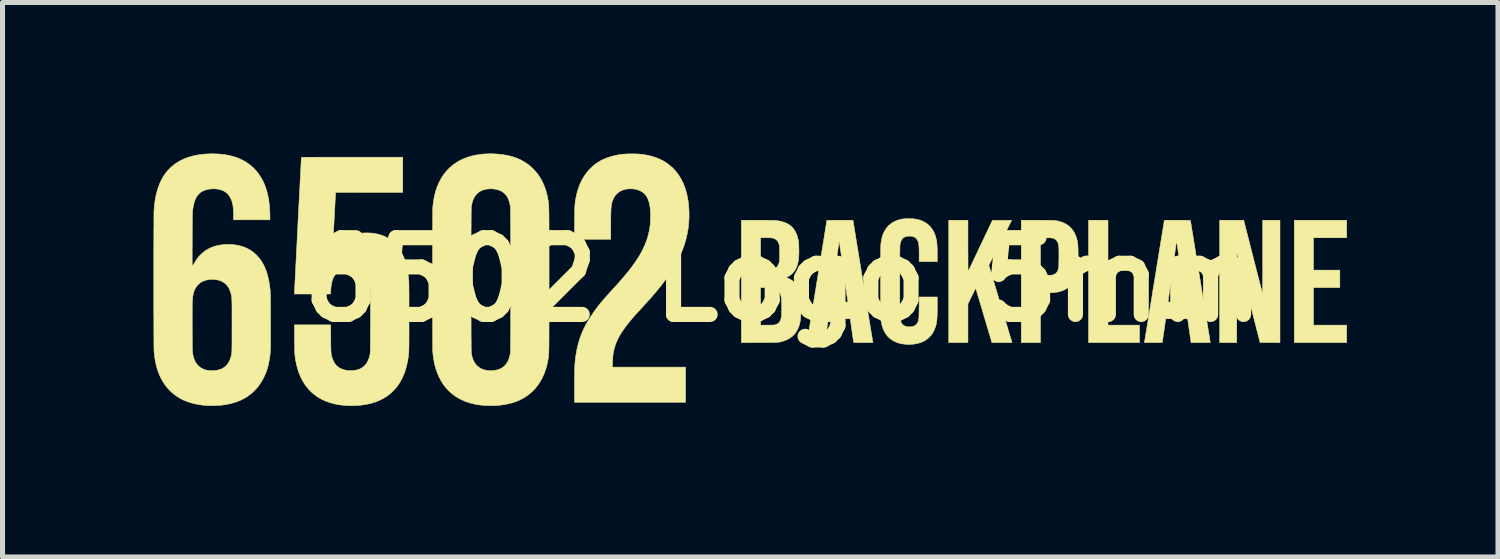
<source format=kicad_pcb>
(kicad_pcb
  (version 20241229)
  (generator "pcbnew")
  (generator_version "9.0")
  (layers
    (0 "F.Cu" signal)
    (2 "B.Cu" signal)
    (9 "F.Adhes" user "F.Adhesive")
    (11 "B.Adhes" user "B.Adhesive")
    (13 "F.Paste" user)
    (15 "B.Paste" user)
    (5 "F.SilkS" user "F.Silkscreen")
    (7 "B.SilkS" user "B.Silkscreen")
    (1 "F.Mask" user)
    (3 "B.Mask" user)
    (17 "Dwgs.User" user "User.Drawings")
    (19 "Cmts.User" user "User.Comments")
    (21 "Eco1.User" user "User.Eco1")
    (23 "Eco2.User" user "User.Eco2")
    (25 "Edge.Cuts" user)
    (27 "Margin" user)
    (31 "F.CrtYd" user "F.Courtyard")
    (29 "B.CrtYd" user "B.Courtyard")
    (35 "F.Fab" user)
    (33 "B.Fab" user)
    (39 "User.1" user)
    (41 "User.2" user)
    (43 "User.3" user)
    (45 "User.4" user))
  (footprint "6502 Logo 5mm"
    (layer "F.Cu")
    (at 12.506 2.506)
    (property "Reference" "6502 Logo 5mm" (at 0 0 0) (layer "F.SilkS") (effects (font (size 1.524 1.524) (thickness 0.3))))
    (attr through_hole)
    (fp_poly (pts (xy 6.452 0.902) (xy 7.078 0.902) (xy 7.078 1.249) (xy 6.066 1.249) (xy 6.066 -1.181) (xy 6.452 -1.181) (xy 6.452 0.902)) (stroke (width 0.01) (type solid)) (fill yes) (layer "F.SilkS"))
    (fp_poly (pts (xy 11.193 -0.834) (xy 10.533 -0.834) (xy 10.533 -0.191) (xy 11.057 -0.191) (xy 11.057 0.157) (xy 10.533 0.157) (xy 10.533 0.902) (xy 11.193 0.902) (xy 11.193 1.249) (xy 10.152 1.249) (xy 10.152 -1.181) (xy 11.193 -1.181) (xy 11.193 -0.834)) (stroke (width 0.01) (type solid)) (fill yes) (layer "F.SilkS"))
    (fp_poly (pts (xy 3.67 -0.67) (xy 3.67 -0.59) (xy 3.671 -0.518) (xy 3.671 -0.454) (xy 3.671 -0.397) (xy 3.671 -0.348) (xy 3.671 -0.305) (xy 3.672 -0.269) (xy 3.672 -0.239) (xy 3.672 -0.214) (xy 3.673 -0.195) (xy 3.673 -0.182) (xy 3.674 -0.172) (xy 3.675 -0.168) (xy 3.676 -0.167) (xy 3.676 -0.167) (xy 3.678 -0.172) (xy 3.684 -0.184) (xy 3.693 -0.203) (xy 3.705 -0.228) (xy 3.719 -0.259) (xy 3.737 -0.295) (xy 3.756 -0.336) (xy 3.778 -0.381) (xy 3.801 -0.431) (xy 3.827 -0.484) (xy 3.853 -0.54) (xy 3.881 -0.599) (xy 3.91 -0.66) (xy 3.918 -0.677) (xy 4.156 -1.179) (xy 4.348 -1.18) (xy 4.387 -1.18) (xy 4.423 -1.18) (xy 4.456 -1.18) (xy 4.485 -1.18) (xy 4.508 -1.179) (xy 4.525 -1.179) (xy 4.535 -1.178) (xy 4.537 -1.178) (xy 4.535 -1.173) (xy 4.53 -1.162) (xy 4.521 -1.144) (xy 4.508 -1.12) (xy 4.493 -1.091) (xy 4.476 -1.056) (xy 4.456 -1.016) (xy 4.433 -0.973) (xy 4.409 -0.925) (xy 4.383 -0.874) (xy 4.356 -0.821) (xy 4.327 -0.764) (xy 4.31 -0.731) (xy 4.085 -0.288) (xy 4.312 0.469) (xy 4.335 0.547) (xy 4.358 0.622) (xy 4.38 0.696) (xy 4.401 0.766) (xy 4.421 0.833) (xy 4.44 0.897) (xy 4.458 0.956) (xy 4.474 1.011) (xy 4.489 1.061) (xy 4.502 1.105) (xy 4.514 1.144) (xy 4.524 1.176) (xy 4.532 1.202) (xy 4.538 1.222) (xy 4.541 1.233) (xy 4.542 1.237) (xy 4.546 1.249) (xy 4.147 1.249) (xy 3.994 0.738) (xy 3.975 0.673) (xy 3.957 0.611) (xy 3.939 0.551) (xy 3.922 0.494) (xy 3.906 0.44) (xy 3.891 0.39) (xy 3.877 0.345) (xy 3.865 0.305) (xy 3.855 0.27) (xy 3.846 0.241) (xy 3.84 0.219) (xy 3.835 0.204) (xy 3.833 0.197) (xy 3.824 0.167) (xy 3.67 0.48) (xy 3.67 1.249) (xy 3.289 1.249) (xy 3.289 -1.181) (xy 3.67 -1.181) (xy 3.67 -0.67)) (stroke (width 0.01) (type solid)) (fill yes) (layer "F.SilkS"))
    (fp_poly (pts (xy 9.152 -1.165) (xy 9.154 -1.159) (xy 9.157 -1.146) (xy 9.162 -1.125) (xy 9.169 -1.097) (xy 9.178 -1.063) (xy 9.188 -1.023) (xy 9.2 -0.977) (xy 9.213 -0.926) (xy 9.227 -0.87) (xy 9.243 -0.81) (xy 9.259 -0.745) (xy 9.276 -0.678) (xy 9.294 -0.607) (xy 9.313 -0.534) (xy 9.332 -0.458) (xy 9.337 -0.44) (xy 9.356 -0.365) (xy 9.375 -0.291) (xy 9.393 -0.22) (xy 9.41 -0.152) (xy 9.427 -0.088) (xy 9.442 -0.028) (xy 9.457 0.029) (xy 9.47 0.08) (xy 9.482 0.126) (xy 9.493 0.167) (xy 9.502 0.202) (xy 9.509 0.23) (xy 9.515 0.252) (xy 9.519 0.266) (xy 9.521 0.272) (xy 9.521 0.273) (xy 9.522 0.269) (xy 9.522 0.257) (xy 9.522 0.238) (xy 9.523 0.211) (xy 9.523 0.176) (xy 9.524 0.135) (xy 9.524 0.088) (xy 9.524 0.034) (xy 9.524 -0.025) (xy 9.525 -0.09) (xy 9.525 -0.16) (xy 9.525 -0.235) (xy 9.525 -0.314) (xy 9.525 -0.397) (xy 9.525 -0.452) (xy 9.525 -1.181) (xy 9.868 -1.181) (xy 9.868 1.249) (xy 9.67 1.248) (xy 9.473 1.247) (xy 9.282 0.506) (xy 9.261 0.426) (xy 9.241 0.347) (xy 9.221 0.269) (xy 9.201 0.193) (xy 9.182 0.12) (xy 9.164 0.049) (xy 9.146 -0.019) (xy 9.13 -0.082) (xy 9.115 -0.142) (xy 9.101 -0.196) (xy 9.088 -0.245) (xy 9.077 -0.288) (xy 9.067 -0.324) (xy 9.06 -0.353) (xy 9.054 -0.375) (xy 9.053 -0.38) (xy 9.044 -0.414) (xy 9.036 -0.444) (xy 9.029 -0.472) (xy 9.022 -0.494) (xy 9.017 -0.511) (xy 9.014 -0.522) (xy 9.012 -0.525) (xy 9.012 -0.521) (xy 9.011 -0.509) (xy 9.011 -0.489) (xy 9.011 -0.461) (xy 9.01 -0.427) (xy 9.01 -0.387) (xy 9.01 -0.34) (xy 9.01 -0.287) (xy 9.009 -0.23) (xy 9.009 -0.167) (xy 9.009 -0.1) (xy 9.009 -0.028) (xy 9.009 0.047) (xy 9.009 0.126) (xy 9.009 0.207) (xy 9.009 0.291) (xy 9.009 0.362) (xy 9.009 1.249) (xy 8.67 1.249) (xy 8.67 -1.181) (xy 9.148 -1.181) (xy 9.152 -1.165)) (stroke (width 0.01) (type solid)) (fill yes) (layer "F.SilkS"))
    (fp_poly (pts (xy 5.101 -1.181) (xy 5.158 -1.181) (xy 5.208 -1.181) (xy 5.251 -1.18) (xy 5.289 -1.18) (xy 5.321 -1.179) (xy 5.349 -1.178) (xy 5.374 -1.176) (xy 5.395 -1.175) (xy 5.414 -1.173) (xy 5.431 -1.17) (xy 5.447 -1.167) (xy 5.463 -1.164) (xy 5.479 -1.16) (xy 5.489 -1.158) (xy 5.551 -1.137) (xy 5.608 -1.111) (xy 5.659 -1.078) (xy 5.705 -1.039) (xy 5.745 -0.993) (xy 5.779 -0.942) (xy 5.807 -0.884) (xy 5.82 -0.848) (xy 5.829 -0.822) (xy 5.836 -0.795) (xy 5.842 -0.769) (xy 5.847 -0.74) (xy 5.851 -0.71) (xy 5.854 -0.676) (xy 5.856 -0.638) (xy 5.858 -0.595) (xy 5.858 -0.546) (xy 5.859 -0.489) (xy 5.859 -0.459) (xy 5.859 -0.409) (xy 5.859 -0.365) (xy 5.858 -0.329) (xy 5.857 -0.298) (xy 5.856 -0.272) (xy 5.855 -0.25) (xy 5.853 -0.231) (xy 5.852 -0.225) (xy 5.84 -0.151) (xy 5.823 -0.083) (xy 5.799 -0.02) (xy 5.77 0.035) (xy 5.735 0.085) (xy 5.694 0.129) (xy 5.647 0.166) (xy 5.595 0.197) (xy 5.537 0.222) (xy 5.473 0.24) (xy 5.45 0.245) (xy 5.417 0.251) (xy 5.377 0.255) (xy 5.331 0.258) (xy 5.281 0.261) (xy 5.226 0.262) (xy 5.189 0.262) (xy 5.11 0.262) (xy 5.11 1.249) (xy 4.729 1.249) (xy 4.729 -0.089) (xy 5.11 -0.089) (xy 5.221 -0.089) (xy 5.261 -0.089) (xy 5.293 -0.09) (xy 5.318 -0.091) (xy 5.337 -0.092) (xy 5.35 -0.094) (xy 5.353 -0.095) (xy 5.38 -0.104) (xy 5.403 -0.116) (xy 5.422 -0.133) (xy 5.437 -0.148) (xy 5.448 -0.165) (xy 5.457 -0.186) (xy 5.465 -0.213) (xy 5.466 -0.215) (xy 5.468 -0.224) (xy 5.47 -0.232) (xy 5.472 -0.242) (xy 5.473 -0.254) (xy 5.474 -0.268) (xy 5.475 -0.287) (xy 5.475 -0.31) (xy 5.476 -0.338) (xy 5.476 -0.373) (xy 5.477 -0.416) (xy 5.477 -0.425) (xy 5.477 -0.481) (xy 5.477 -0.53) (xy 5.477 -0.572) (xy 5.476 -0.607) (xy 5.475 -0.638) (xy 5.473 -0.663) (xy 5.47 -0.685) (xy 5.467 -0.703) (xy 5.463 -0.719) (xy 5.461 -0.725) (xy 5.446 -0.759) (xy 5.424 -0.786) (xy 5.397 -0.808) (xy 5.365 -0.823) (xy 5.362 -0.824) (xy 5.353 -0.826) (xy 5.342 -0.828) (xy 5.327 -0.83) (xy 5.308 -0.831) (xy 5.282 -0.832) (xy 5.25 -0.832) (xy 5.225 -0.833) (xy 5.11 -0.835) (xy 5.11 -0.089) (xy 4.729 -0.089) (xy 4.729 -1.181) (xy 5.037 -1.181) (xy 5.101 -1.181)) (stroke (width 0.01) (type solid)) (fill yes) (layer "F.SilkS"))
    (fp_poly (pts (xy 1.583 0.024) (xy 1.599 0.124) (xy 1.615 0.222) (xy 1.63 0.317) (xy 1.645 0.41) (xy 1.66 0.499) (xy 1.674 0.585) (xy 1.687 0.667) (xy 1.7 0.746) (xy 1.712 0.819) (xy 1.723 0.888) (xy 1.734 0.952) (xy 1.743 1.01) (xy 1.752 1.062) (xy 1.759 1.109) (xy 1.766 1.148) (xy 1.771 1.181) (xy 1.776 1.207) (xy 1.779 1.226) (xy 1.78 1.237) (xy 1.781 1.239) (xy 1.783 1.249) (xy 1.592 1.249) (xy 1.547 1.249) (xy 1.51 1.249) (xy 1.479 1.249) (xy 1.455 1.248) (xy 1.436 1.248) (xy 1.422 1.247) (xy 1.413 1.247) (xy 1.406 1.246) (xy 1.402 1.244) (xy 1.4 1.243) (xy 1.4 1.241) (xy 1.399 1.236) (xy 1.397 1.223) (xy 1.394 1.203) (xy 1.39 1.177) (xy 1.385 1.146) (xy 1.38 1.11) (xy 1.374 1.071) (xy 1.368 1.029) (xy 1.365 1.004) (xy 1.332 0.775) (xy 0.898 0.775) (xy 0.896 0.784) (xy 0.895 0.79) (xy 0.893 0.804) (xy 0.89 0.824) (xy 0.886 0.85) (xy 0.881 0.881) (xy 0.876 0.917) (xy 0.87 0.956) (xy 0.864 0.999) (xy 0.861 1.021) (xy 0.828 1.249) (xy 0.473 1.249) (xy 0.476 1.235) (xy 0.477 1.229) (xy 0.479 1.215) (xy 0.483 1.193) (xy 0.487 1.165) (xy 0.493 1.129) (xy 0.5 1.088) (xy 0.508 1.041) (xy 0.516 0.988) (xy 0.526 0.93) (xy 0.536 0.868) (xy 0.547 0.801) (xy 0.558 0.73) (xy 0.57 0.656) (xy 0.583 0.579) (xy 0.596 0.5) (xy 0.606 0.437) (xy 0.944 0.437) (xy 0.945 0.439) (xy 0.946 0.44) (xy 0.95 0.442) (xy 0.957 0.443) (xy 0.968 0.443) (xy 0.983 0.444) (xy 1.003 0.444) (xy 1.029 0.444) (xy 1.062 0.444) (xy 1.102 0.444) (xy 1.116 0.445) (xy 1.158 0.444) (xy 1.193 0.444) (xy 1.221 0.444) (xy 1.243 0.444) (xy 1.259 0.444) (xy 1.271 0.443) (xy 1.279 0.442) (xy 1.283 0.441) (xy 1.285 0.44) (xy 1.286 0.438) (xy 1.285 0.437) (xy 1.285 0.432) (xy 1.283 0.419) (xy 1.28 0.399) (xy 1.276 0.372) (xy 1.271 0.338) (xy 1.265 0.298) (xy 1.259 0.253) (xy 1.252 0.203) (xy 1.244 0.148) (xy 1.235 0.089) (xy 1.227 0.027) (xy 1.217 -0.039) (xy 1.208 -0.107) (xy 1.2 -0.163) (xy 1.19 -0.233) (xy 1.18 -0.3) (xy 1.171 -0.365) (xy 1.163 -0.426) (xy 1.154 -0.484) (xy 1.147 -0.538) (xy 1.14 -0.586) (xy 1.134 -0.63) (xy 1.128 -0.668) (xy 1.123 -0.7) (xy 1.12 -0.725) (xy 1.117 -0.744) (xy 1.115 -0.755) (xy 1.115 -0.757) (xy 1.111 -0.757) (xy 1.111 -0.757) (xy 1.11 -0.752) (xy 1.108 -0.74) (xy 1.105 -0.721) (xy 1.101 -0.695) (xy 1.097 -0.663) (xy 1.091 -0.625) (xy 1.085 -0.582) (xy 1.079 -0.535) (xy 1.071 -0.485) (xy 1.064 -0.431) (xy 1.056 -0.374) (xy 1.048 -0.316) (xy 1.039 -0.255) (xy 1.031 -0.194) (xy 1.022 -0.133) (xy 1.014 -0.072) (xy 1.005 -0.012) (xy 0.997 0.047) (xy 0.989 0.104) (xy 0.982 0.158) (xy 0.975 0.209) (xy 0.968 0.257) (xy 0.962 0.3) (xy 0.957 0.338) (xy 0.953 0.371) (xy 0.949 0.398) (xy 0.946 0.419) (xy 0.945 0.432) (xy 0.944 0.437) (xy 0.606 0.437) (xy 0.609 0.418) (xy 0.623 0.334) (xy 0.637 0.249) (xy 0.651 0.163) (xy 0.665 0.076) (xy 0.679 -0.011) (xy 0.693 -0.098) (xy 0.707 -0.184) (xy 0.721 -0.269) (xy 0.734 -0.353) (xy 0.748 -0.435) (xy 0.761 -0.515) (xy 0.773 -0.592) (xy 0.785 -0.667) (xy 0.797 -0.737) (xy 0.808 -0.805) (xy 0.818 -0.867) (xy 0.827 -0.926) (xy 0.836 -0.979) (xy 0.844 -1.026) (xy 0.85 -1.068) (xy 0.856 -1.104) (xy 0.861 -1.133) (xy 0.864 -1.155) (xy 0.867 -1.17) (xy 0.868 -1.177) (xy 0.868 -1.177) (xy 0.872 -1.178) (xy 0.884 -1.179) (xy 0.904 -1.179) (xy 0.931 -1.18) (xy 0.966 -1.18) (xy 1.006 -1.181) (xy 1.053 -1.181) (xy 1.106 -1.181) (xy 1.127 -1.181) (xy 1.387 -1.181) (xy 1.583 0.024)) (stroke (width 0.01) (type solid)) (fill yes) (layer "F.SilkS"))
    (fp_poly (pts (xy 2.574 -1.212) (xy 2.645 -1.202) (xy 2.71 -1.186) (xy 2.77 -1.163) (xy 2.825 -1.134) (xy 2.874 -1.099) (xy 2.918 -1.058) (xy 2.955 -1.01) (xy 2.961 -1.002) (xy 2.977 -0.976) (xy 2.99 -0.954) (xy 3 -0.932) (xy 3.01 -0.907) (xy 3.021 -0.878) (xy 3.022 -0.874) (xy 3.031 -0.845) (xy 3.038 -0.817) (xy 3.045 -0.789) (xy 3.05 -0.76) (xy 3.053 -0.728) (xy 3.056 -0.693) (xy 3.058 -0.653) (xy 3.06 -0.608) (xy 3.061 -0.556) (xy 3.061 -0.507) (xy 3.061 -0.36) (xy 2.701 -0.36) (xy 2.701 -0.498) (xy 2.701 -0.55) (xy 2.7 -0.593) (xy 2.699 -0.63) (xy 2.697 -0.661) (xy 2.695 -0.687) (xy 2.693 -0.709) (xy 2.689 -0.728) (xy 2.685 -0.744) (xy 2.683 -0.75) (xy 2.668 -0.786) (xy 2.647 -0.815) (xy 2.621 -0.838) (xy 2.589 -0.855) (xy 2.579 -0.858) (xy 2.557 -0.863) (xy 2.531 -0.865) (xy 2.502 -0.866) (xy 2.474 -0.864) (xy 2.449 -0.861) (xy 2.438 -0.858) (xy 2.405 -0.844) (xy 2.377 -0.824) (xy 2.355 -0.797) (xy 2.338 -0.763) (xy 2.326 -0.723) (xy 2.32 -0.68) (xy 2.319 -0.67) (xy 2.319 -0.652) (xy 2.318 -0.627) (xy 2.318 -0.596) (xy 2.318 -0.558) (xy 2.317 -0.514) (xy 2.317 -0.466) (xy 2.317 -0.412) (xy 2.317 -0.355) (xy 2.316 -0.295) (xy 2.316 -0.232) (xy 2.316 -0.166) (xy 2.316 -0.099) (xy 2.316 -0.031) (xy 2.316 0.038) (xy 2.316 0.107) (xy 2.316 0.175) (xy 2.316 0.242) (xy 2.316 0.308) (xy 2.316 0.371) (xy 2.317 0.431) (xy 2.317 0.488) (xy 2.317 0.541) (xy 2.317 0.589) (xy 2.318 0.632) (xy 2.318 0.67) (xy 2.318 0.701) (xy 2.319 0.726) (xy 2.319 0.743) (xy 2.32 0.752) (xy 2.324 0.783) (xy 2.331 0.813) (xy 2.339 0.839) (xy 2.349 0.859) (xy 2.349 0.859) (xy 2.361 0.876) (xy 2.378 0.894) (xy 2.396 0.908) (xy 2.409 0.916) (xy 2.438 0.928) (xy 2.472 0.935) (xy 2.508 0.936) (xy 2.551 0.933) (xy 2.588 0.924) (xy 2.62 0.909) (xy 2.646 0.887) (xy 2.666 0.859) (xy 2.674 0.845) (xy 2.679 0.833) (xy 2.683 0.823) (xy 2.687 0.812) (xy 2.69 0.801) (xy 2.692 0.787) (xy 2.694 0.772) (xy 2.696 0.753) (xy 2.697 0.73) (xy 2.698 0.702) (xy 2.698 0.668) (xy 2.699 0.628) (xy 2.699 0.58) (xy 2.7 0.556) (xy 2.702 0.343) (xy 3.061 0.343) (xy 3.061 0.532) (xy 3.061 0.595) (xy 3.06 0.649) (xy 3.059 0.697) (xy 3.057 0.739) (xy 3.055 0.776) (xy 3.052 0.809) (xy 3.048 0.838) (xy 3.044 0.865) (xy 3.038 0.89) (xy 3.032 0.915) (xy 3.024 0.938) (xy 3 1.001) (xy 2.97 1.058) (xy 2.934 1.108) (xy 2.892 1.152) (xy 2.845 1.19) (xy 2.792 1.222) (xy 2.734 1.247) (xy 2.67 1.266) (xy 2.601 1.278) (xy 2.559 1.282) (xy 2.535 1.284) (xy 2.516 1.285) (xy 2.501 1.286) (xy 2.487 1.286) (xy 2.471 1.285) (xy 2.452 1.284) (xy 2.428 1.282) (xy 2.357 1.273) (xy 2.291 1.257) (xy 2.23 1.235) (xy 2.175 1.206) (xy 2.125 1.171) (xy 2.081 1.13) (xy 2.043 1.082) (xy 2.01 1.029) (xy 1.983 0.969) (xy 1.962 0.904) (xy 1.947 0.833) (xy 1.939 0.768) (xy 1.938 0.757) (xy 1.938 0.738) (xy 1.937 0.711) (xy 1.937 0.678) (xy 1.937 0.639) (xy 1.936 0.594) (xy 1.936 0.543) (xy 1.935 0.489) (xy 1.935 0.43) (xy 1.935 0.368) (xy 1.935 0.304) (xy 1.935 0.237) (xy 1.935 0.168) (xy 1.935 0.098) (xy 1.935 0.028) (xy 1.935 -0.042) (xy 1.935 -0.111) (xy 1.935 -0.179) (xy 1.935 -0.246) (xy 1.935 -0.31) (xy 1.935 -0.371) (xy 1.936 -0.429) (xy 1.936 -0.483) (xy 1.936 -0.532) (xy 1.937 -0.576) (xy 1.937 -0.614) (xy 1.938 -0.646) (xy 1.938 -0.671) (xy 1.939 -0.689) (xy 1.939 -0.697) (xy 1.949 -0.773) (xy 1.964 -0.843) (xy 1.985 -0.907) (xy 2.013 -0.965) (xy 2.046 -1.018) (xy 2.086 -1.065) (xy 2.111 -1.089) (xy 2.158 -1.126) (xy 2.209 -1.156) (xy 2.265 -1.18) (xy 2.326 -1.197) (xy 2.392 -1.209) (xy 2.464 -1.214) (xy 2.498 -1.215) (xy 2.574 -1.212)) (stroke (width 0.01) (type solid)) (fill yes) (layer "F.SilkS"))
    (fp_poly (pts (xy 7.886 -1.181) (xy 7.935 -1.181) (xy 7.978 -1.181) (xy 8.015 -1.18) (xy 8.045 -1.18) (xy 8.067 -1.179) (xy 8.082 -1.178) (xy 8.089 -1.177) (xy 8.09 -1.177) (xy 8.091 -1.173) (xy 8.093 -1.16) (xy 8.096 -1.14) (xy 8.1 -1.113) (xy 8.106 -1.08) (xy 8.112 -1.039) (xy 8.119 -0.993) (xy 8.128 -0.942) (xy 8.137 -0.885) (xy 8.147 -0.824) (xy 8.158 -0.758) (xy 8.169 -0.688) (xy 8.181 -0.615) (xy 8.193 -0.538) (xy 8.206 -0.459) (xy 8.219 -0.378) (xy 8.233 -0.294) (xy 8.247 -0.21) (xy 8.261 -0.124) (xy 8.275 -0.037) (xy 8.289 0.05) (xy 8.303 0.137) (xy 8.317 0.223) (xy 8.331 0.309) (xy 8.345 0.393) (xy 8.358 0.476) (xy 8.371 0.556) (xy 8.384 0.634) (xy 8.396 0.709) (xy 8.408 0.78) (xy 8.419 0.848) (xy 8.429 0.912) (xy 8.439 0.971) (xy 8.448 1.026) (xy 8.456 1.075) (xy 8.463 1.118) (xy 8.469 1.155) (xy 8.474 1.186) (xy 8.478 1.209) (xy 8.48 1.226) (xy 8.482 1.234) (xy 8.482 1.235) (xy 8.485 1.249) (xy 8.103 1.249) (xy 8.101 1.237) (xy 8.1 1.231) (xy 8.098 1.217) (xy 8.095 1.197) (xy 8.091 1.172) (xy 8.087 1.142) (xy 8.082 1.109) (xy 8.077 1.073) (xy 8.071 1.036) (xy 8.066 0.998) (xy 8.06 0.96) (xy 8.055 0.923) (xy 8.05 0.888) (xy 8.046 0.857) (xy 8.042 0.83) (xy 8.039 0.807) (xy 8.036 0.791) (xy 8.035 0.781) (xy 8.035 0.779) (xy 8.031 0.778) (xy 8.019 0.777) (xy 7.999 0.776) (xy 7.972 0.776) (xy 7.939 0.775) (xy 7.9 0.775) (xy 7.855 0.775) (xy 7.817 0.775) (xy 7.6 0.775) (xy 7.597 0.788) (xy 7.596 0.796) (xy 7.594 0.81) (xy 7.591 0.831) (xy 7.587 0.857) (xy 7.582 0.887) (xy 7.578 0.921) (xy 7.572 0.957) (xy 7.567 0.994) (xy 7.561 1.033) (xy 7.556 1.07) (xy 7.551 1.106) (xy 7.546 1.14) (xy 7.541 1.171) (xy 7.537 1.198) (xy 7.534 1.219) (xy 7.532 1.235) (xy 7.531 1.243) (xy 7.531 1.244) (xy 7.528 1.246) (xy 7.517 1.247) (xy 7.499 1.247) (xy 7.474 1.248) (xy 7.441 1.248) (xy 7.4 1.249) (xy 7.353 1.249) (xy 7.175 1.249) (xy 7.177 1.239) (xy 7.178 1.234) (xy 7.18 1.221) (xy 7.183 1.201) (xy 7.188 1.173) (xy 7.194 1.138) (xy 7.2 1.096) (xy 7.208 1.048) (xy 7.217 0.994) (xy 7.227 0.934) (xy 7.238 0.869) (xy 7.249 0.799) (xy 7.261 0.724) (xy 7.274 0.645) (xy 7.288 0.561) (xy 7.302 0.474) (xy 7.308 0.439) (xy 7.645 0.439) (xy 7.647 0.441) (xy 7.653 0.442) (xy 7.663 0.443) (xy 7.678 0.443) (xy 7.699 0.444) (xy 7.726 0.444) (xy 7.761 0.444) (xy 7.802 0.444) (xy 7.817 0.445) (xy 7.989 0.445) (xy 7.987 0.433) (xy 7.986 0.427) (xy 7.984 0.414) (xy 7.981 0.393) (xy 7.977 0.365) (xy 7.972 0.331) (xy 7.966 0.291) (xy 7.96 0.245) (xy 7.952 0.195) (xy 7.945 0.14) (xy 7.936 0.081) (xy 7.927 0.018) (xy 7.918 -0.048) (xy 7.908 -0.116) (xy 7.901 -0.167) (xy 7.891 -0.237) (xy 7.882 -0.304) (xy 7.873 -0.368) (xy 7.864 -0.43) (xy 7.856 -0.487) (xy 7.848 -0.54) (xy 7.841 -0.589) (xy 7.835 -0.632) (xy 7.829 -0.67) (xy 7.825 -0.702) (xy 7.821 -0.727) (xy 7.819 -0.744) (xy 7.817 -0.755) (xy 7.816 -0.757) (xy 7.813 -0.757) (xy 7.813 -0.757) (xy 7.812 -0.753) (xy 7.81 -0.741) (xy 7.807 -0.721) (xy 7.803 -0.695) (xy 7.799 -0.663) (xy 7.793 -0.626) (xy 7.787 -0.583) (xy 7.781 -0.536) (xy 7.774 -0.485) (xy 7.766 -0.431) (xy 7.758 -0.375) (xy 7.75 -0.316) (xy 7.741 -0.256) (xy 7.733 -0.195) (xy 7.724 -0.134) (xy 7.716 -0.073) (xy 7.707 -0.012) (xy 7.699 0.047) (xy 7.691 0.104) (xy 7.684 0.158) (xy 7.677 0.209) (xy 7.67 0.257) (xy 7.664 0.3) (xy 7.659 0.339) (xy 7.654 0.372) (xy 7.651 0.399) (xy 7.648 0.42) (xy 7.646 0.433) (xy 7.645 0.439) (xy 7.645 0.439) (xy 7.308 0.439) (xy 7.317 0.384) (xy 7.332 0.291) (xy 7.347 0.195) (xy 7.363 0.096) (xy 7.375 0.024) (xy 7.571 -1.181) (xy 7.83 -1.181) (xy 7.886 -1.181)) (stroke (width 0.01) (type solid)) (fill yes) (layer "F.SilkS"))
    (fp_poly (pts (xy -0.445 -1.181) (xy -0.387 -1.181) (xy -0.336 -1.181) (xy -0.291 -1.18) (xy -0.252 -1.18) (xy -0.218 -1.179) (xy -0.189 -1.178) (xy -0.163 -1.177) (xy -0.141 -1.175) (xy -0.121 -1.173) (xy -0.103 -1.171) (xy -0.086 -1.168) (xy -0.069 -1.165) (xy -0.052 -1.161) (xy -0.04 -1.158) (xy 0.021 -1.14) (xy 0.076 -1.117) (xy 0.125 -1.088) (xy 0.168 -1.053) (xy 0.205 -1.012) (xy 0.236 -0.966) (xy 0.263 -0.913) (xy 0.284 -0.853) (xy 0.3 -0.787) (xy 0.3 -0.785) (xy 0.305 -0.756) (xy 0.308 -0.719) (xy 0.311 -0.678) (xy 0.312 -0.633) (xy 0.313 -0.586) (xy 0.313 -0.538) (xy 0.312 -0.492) (xy 0.309 -0.449) (xy 0.306 -0.411) (xy 0.302 -0.378) (xy 0.301 -0.373) (xy 0.287 -0.31) (xy 0.268 -0.255) (xy 0.245 -0.206) (xy 0.23 -0.181) (xy 0.205 -0.15) (xy 0.176 -0.119) (xy 0.143 -0.092) (xy 0.109 -0.069) (xy 0.086 -0.058) (xy 0.075 -0.052) (xy 0.069 -0.048) (xy 0.068 -0.046) (xy 0.071 -0.043) (xy 0.081 -0.037) (xy 0.095 -0.03) (xy 0.108 -0.024) (xy 0.154 0.001) (xy 0.192 0.027) (xy 0.222 0.056) (xy 0.257 0.099) (xy 0.287 0.148) (xy 0.311 0.203) (xy 0.329 0.265) (xy 0.342 0.333) (xy 0.345 0.356) (xy 0.347 0.378) (xy 0.349 0.407) (xy 0.35 0.442) (xy 0.351 0.481) (xy 0.351 0.523) (xy 0.352 0.566) (xy 0.352 0.609) (xy 0.351 0.651) (xy 0.35 0.69) (xy 0.349 0.725) (xy 0.347 0.755) (xy 0.345 0.778) (xy 0.345 0.782) (xy 0.333 0.853) (xy 0.315 0.919) (xy 0.291 0.978) (xy 0.261 1.032) (xy 0.225 1.08) (xy 0.183 1.122) (xy 0.135 1.158) (xy 0.081 1.188) (xy 0.02 1.213) (xy -0.047 1.233) (xy -0.067 1.237) (xy -0.075 1.239) (xy -0.083 1.24) (xy -0.091 1.241) (xy -0.1 1.243) (xy -0.11 1.243) (xy -0.123 1.244) (xy -0.138 1.245) (xy -0.156 1.246) (xy -0.178 1.246) (xy -0.205 1.246) (xy -0.237 1.247) (xy -0.274 1.247) (xy -0.317 1.247) (xy -0.368 1.247) (xy -0.426 1.248) (xy -0.471 1.248) (xy -0.83 1.249) (xy -0.83 0.157) (xy -0.449 0.157) (xy -0.449 0.902) (xy -0.316 0.902) (xy -0.278 0.902) (xy -0.248 0.901) (xy -0.223 0.901) (xy -0.204 0.9) (xy -0.189 0.9) (xy -0.177 0.898) (xy -0.167 0.897) (xy -0.158 0.894) (xy -0.155 0.894) (xy -0.123 0.882) (xy -0.096 0.864) (xy -0.074 0.842) (xy -0.057 0.813) (xy -0.044 0.778) (xy -0.036 0.736) (xy -0.034 0.719) (xy -0.033 0.7) (xy -0.031 0.674) (xy -0.031 0.642) (xy -0.03 0.606) (xy -0.03 0.568) (xy -0.03 0.53) (xy -0.03 0.492) (xy -0.031 0.456) (xy -0.032 0.425) (xy -0.033 0.399) (xy -0.034 0.387) (xy -0.04 0.338) (xy -0.049 0.297) (xy -0.062 0.262) (xy -0.079 0.232) (xy -0.1 0.209) (xy -0.126 0.19) (xy -0.14 0.183) (xy -0.158 0.175) (xy -0.177 0.169) (xy -0.199 0.164) (xy -0.224 0.161) (xy -0.253 0.159) (xy -0.289 0.157) (xy -0.331 0.157) (xy -0.346 0.157) (xy -0.449 0.157) (xy -0.83 0.157) (xy -0.83 -0.515) (xy -0.449 -0.515) (xy -0.449 -0.464) (xy -0.449 -0.415) (xy -0.448 -0.369) (xy -0.448 -0.328) (xy -0.448 -0.29) (xy -0.447 -0.258) (xy -0.447 -0.231) (xy -0.447 -0.211) (xy -0.446 -0.198) (xy -0.446 -0.193) (xy -0.446 -0.193) (xy -0.441 -0.192) (xy -0.428 -0.191) (xy -0.41 -0.191) (xy -0.387 -0.191) (xy -0.36 -0.191) (xy -0.341 -0.192) (xy -0.306 -0.193) (xy -0.279 -0.194) (xy -0.258 -0.195) (xy -0.241 -0.196) (xy -0.228 -0.198) (xy -0.217 -0.201) (xy -0.211 -0.202) (xy -0.174 -0.216) (xy -0.143 -0.236) (xy -0.117 -0.262) (xy -0.097 -0.294) (xy -0.082 -0.333) (xy -0.078 -0.349) (xy -0.075 -0.364) (xy -0.073 -0.386) (xy -0.072 -0.414) (xy -0.07 -0.446) (xy -0.07 -0.48) (xy -0.07 -0.517) (xy -0.07 -0.553) (xy -0.07 -0.588) (xy -0.072 -0.62) (xy -0.073 -0.647) (xy -0.075 -0.67) (xy -0.077 -0.683) (xy -0.089 -0.725) (xy -0.106 -0.759) (xy -0.128 -0.787) (xy -0.155 -0.808) (xy -0.187 -0.822) (xy -0.218 -0.83) (xy -0.231 -0.831) (xy -0.251 -0.832) (xy -0.275 -0.833) (xy -0.304 -0.833) (xy -0.334 -0.834) (xy -0.348 -0.834) (xy -0.449 -0.834) (xy -0.449 -0.515) (xy -0.83 -0.515) (xy -0.83 -1.181) (xy -0.511 -1.181) (xy -0.445 -1.181)) (stroke (width 0.01) (type solid)) (fill yes) (layer "F.SilkS"))
    (fp_poly (pts (xy -2.942 -2.499) (xy -2.898 -2.498) (xy -2.858 -2.496) (xy -2.825 -2.493) (xy -2.819 -2.492) (xy -2.721 -2.477) (xy -2.628 -2.457) (xy -2.542 -2.431) (xy -2.461 -2.399) (xy -2.385 -2.362) (xy -2.315 -2.318) (xy -2.249 -2.268) (xy -2.187 -2.213) (xy -2.182 -2.208) (xy -2.125 -2.145) (xy -2.073 -2.075) (xy -2.027 -1.999) (xy -1.987 -1.918) (xy -1.952 -1.831) (xy -1.924 -1.739) (xy -1.901 -1.643) (xy -1.891 -1.581) (xy -1.877 -1.472) (xy -1.87 -1.36) (xy -1.869 -1.247) (xy -1.875 -1.136) (xy -1.886 -1.029) (xy -1.888 -1.012) (xy -1.907 -0.909) (xy -1.93 -0.808) (xy -1.959 -0.708) (xy -1.994 -0.608) (xy -2.035 -0.508) (xy -2.083 -0.408) (xy -2.137 -0.307) (xy -2.197 -0.205) (xy -2.265 -0.102) (xy -2.339 0.004) (xy -2.421 0.112) (xy -2.51 0.222) (xy -2.549 0.269) (xy -2.59 0.316) (xy -2.634 0.366) (xy -2.681 0.419) (xy -2.733 0.476) (xy -2.783 0.531) (xy -2.821 0.572) (xy -2.854 0.608) (xy -2.883 0.64) (xy -2.908 0.667) (xy -2.93 0.692) (xy -2.951 0.715) (xy -2.969 0.736) (xy -2.987 0.757) (xy -3.006 0.779) (xy -3.024 0.8) (xy -3.083 0.872) (xy -3.135 0.94) (xy -3.181 1.005) (xy -3.222 1.066) (xy -3.257 1.126) (xy -3.287 1.184) (xy -3.312 1.241) (xy -3.334 1.297) (xy -3.348 1.344) (xy -3.359 1.385) (xy -3.368 1.426) (xy -3.376 1.466) (xy -3.381 1.508) (xy -3.385 1.554) (xy -3.388 1.606) (xy -3.389 1.641) (xy -3.392 1.736) (xy -1.939 1.736) (xy -1.939 2.434) (xy -4.144 2.434) (xy -4.144 2.109) (xy -4.144 2.034) (xy -4.144 1.967) (xy -4.144 1.907) (xy -4.143 1.853) (xy -4.142 1.805) (xy -4.141 1.761) (xy -4.139 1.721) (xy -4.137 1.685) (xy -4.135 1.651) (xy -4.132 1.619) (xy -4.129 1.587) (xy -4.125 1.556) (xy -4.121 1.525) (xy -4.116 1.492) (xy -4.114 1.482) (xy -4.094 1.371) (xy -4.069 1.266) (xy -4.038 1.165) (xy -4.002 1.067) (xy -3.959 0.971) (xy -3.909 0.874) (xy -3.852 0.778) (xy -3.816 0.722) (xy -3.779 0.667) (xy -3.741 0.613) (xy -3.701 0.559) (xy -3.659 0.504) (xy -3.613 0.448) (xy -3.564 0.39) (xy -3.51 0.328) (xy -3.451 0.262) (xy -3.387 0.193) (xy -3.299 0.097) (xy -3.219 0.005) (xy -3.144 -0.082) (xy -3.076 -0.165) (xy -3.013 -0.246) (xy -2.957 -0.323) (xy -2.905 -0.398) (xy -2.859 -0.472) (xy -2.818 -0.543) (xy -2.782 -0.613) (xy -2.75 -0.683) (xy -2.722 -0.752) (xy -2.698 -0.821) (xy -2.679 -0.891) (xy -2.662 -0.962) (xy -2.649 -1.034) (xy -2.643 -1.075) (xy -2.64 -1.1) (xy -2.638 -1.131) (xy -2.637 -1.167) (xy -2.636 -1.206) (xy -2.635 -1.246) (xy -2.635 -1.287) (xy -2.636 -1.326) (xy -2.637 -1.362) (xy -2.638 -1.393) (xy -2.64 -1.417) (xy -2.641 -1.422) (xy -2.652 -1.486) (xy -2.665 -1.543) (xy -2.682 -1.593) (xy -2.702 -1.636) (xy -2.726 -1.674) (xy -2.754 -1.707) (xy -2.787 -1.735) (xy -2.805 -1.748) (xy -2.846 -1.77) (xy -2.892 -1.787) (xy -2.942 -1.799) (xy -2.995 -1.806) (xy -3.049 -1.806) (xy -3.103 -1.802) (xy -3.156 -1.791) (xy -3.165 -1.788) (xy -3.215 -1.77) (xy -3.26 -1.744) (xy -3.3 -1.712) (xy -3.334 -1.674) (xy -3.363 -1.63) (xy -3.386 -1.579) (xy -3.391 -1.565) (xy -3.397 -1.545) (xy -3.402 -1.527) (xy -3.407 -1.507) (xy -3.411 -1.487) (xy -3.414 -1.464) (xy -3.417 -1.439) (xy -3.419 -1.411) (xy -3.421 -1.379) (xy -3.422 -1.342) (xy -3.423 -1.3) (xy -3.424 -1.252) (xy -3.424 -1.198) (xy -3.425 -1.137) (xy -3.425 -1.081) (xy -3.425 -0.804) (xy -4.145 -0.804) (xy -4.143 -1.127) (xy -4.143 -1.191) (xy -4.143 -1.248) (xy -4.142 -1.298) (xy -4.142 -1.341) (xy -4.141 -1.379) (xy -4.14 -1.412) (xy -4.139 -1.441) (xy -4.138 -1.467) (xy -4.136 -1.49) (xy -4.134 -1.512) (xy -4.132 -1.532) (xy -4.129 -1.553) (xy -4.126 -1.573) (xy -4.122 -1.595) (xy -4.118 -1.619) (xy -4.117 -1.626) (xy -4.095 -1.724) (xy -4.067 -1.818) (xy -4.033 -1.906) (xy -3.993 -1.989) (xy -3.947 -2.066) (xy -3.895 -2.137) (xy -3.837 -2.203) (xy -3.774 -2.262) (xy -3.705 -2.315) (xy -3.633 -2.36) (xy -3.565 -2.394) (xy -3.49 -2.424) (xy -3.41 -2.45) (xy -3.325 -2.471) (xy -3.235 -2.487) (xy -3.196 -2.492) (xy -3.164 -2.495) (xy -3.125 -2.497) (xy -3.082 -2.499) (xy -3.036 -2.5) (xy -2.988 -2.5) (xy -2.942 -2.499)) (stroke (width 0.01) (type solid)) (fill yes) (layer "F.SilkS"))
    (fp_poly (pts (xy -5.759 -2.501) (xy -5.661 -2.495) (xy -5.564 -2.484) (xy -5.471 -2.468) (xy -5.383 -2.446) (xy -5.38 -2.445) (xy -5.292 -2.415) (xy -5.209 -2.378) (xy -5.132 -2.334) (xy -5.06 -2.285) (xy -4.993 -2.229) (xy -4.932 -2.166) (xy -4.876 -2.098) (xy -4.826 -2.024) (xy -4.782 -1.944) (xy -4.744 -1.859) (xy -4.713 -1.768) (xy -4.687 -1.673) (xy -4.668 -1.572) (xy -4.668 -1.571) (xy -4.666 -1.56) (xy -4.665 -1.551) (xy -4.663 -1.542) (xy -4.662 -1.532) (xy -4.661 -1.523) (xy -4.66 -1.513) (xy -4.659 -1.502) (xy -4.658 -1.49) (xy -4.657 -1.477) (xy -4.656 -1.462) (xy -4.655 -1.445) (xy -4.655 -1.426) (xy -4.654 -1.404) (xy -4.653 -1.38) (xy -4.653 -1.353) (xy -4.653 -1.322) (xy -4.652 -1.287) (xy -4.652 -1.249) (xy -4.652 -1.206) (xy -4.651 -1.159) (xy -4.651 -1.107) (xy -4.651 -1.051) (xy -4.651 -0.988) (xy -4.651 -0.921) (xy -4.651 -0.847) (xy -4.65 -0.767) (xy -4.65 -0.681) (xy -4.65 -0.587) (xy -4.65 -0.487) (xy -4.65 -0.38) (xy -4.65 -0.265) (xy -4.65 -0.142) (xy -4.65 -0.011) (xy -4.65 0) (xy -4.65 0.132) (xy -4.65 0.255) (xy -4.65 0.371) (xy -4.65 0.479) (xy -4.65 0.58) (xy -4.65 0.673) (xy -4.65 0.76) (xy -4.65 0.841) (xy -4.651 0.915) (xy -4.651 0.983) (xy -4.651 1.046) (xy -4.651 1.103) (xy -4.651 1.155) (xy -4.651 1.203) (xy -4.652 1.246) (xy -4.652 1.284) (xy -4.652 1.319) (xy -4.653 1.35) (xy -4.653 1.378) (xy -4.654 1.403) (xy -4.655 1.424) (xy -4.655 1.444) (xy -4.656 1.461) (xy -4.657 1.476) (xy -4.658 1.489) (xy -4.659 1.501) (xy -4.66 1.512) (xy -4.661 1.522) (xy -4.662 1.532) (xy -4.663 1.541) (xy -4.665 1.55) (xy -4.666 1.56) (xy -4.668 1.57) (xy -4.668 1.571) (xy -4.687 1.671) (xy -4.712 1.767) (xy -4.744 1.858) (xy -4.782 1.943) (xy -4.826 2.023) (xy -4.875 2.097) (xy -4.931 2.166) (xy -4.992 2.228) (xy -5.059 2.284) (xy -5.131 2.334) (xy -5.209 2.378) (xy -5.287 2.413) (xy -5.366 2.441) (xy -5.451 2.463) (xy -5.54 2.481) (xy -5.634 2.493) (xy -5.731 2.5) (xy -5.831 2.501) (xy -5.932 2.497) (xy -5.937 2.497) (xy -6.036 2.487) (xy -6.131 2.47) (xy -6.222 2.447) (xy -6.309 2.419) (xy -6.39 2.384) (xy -6.466 2.343) (xy -6.503 2.32) (xy -6.574 2.268) (xy -6.64 2.209) (xy -6.7 2.145) (xy -6.754 2.075) (xy -6.801 1.998) (xy -6.843 1.916) (xy -6.879 1.829) (xy -6.909 1.735) (xy -6.932 1.636) (xy -6.95 1.532) (xy -6.959 1.442) (xy -6.96 1.433) (xy -6.96 1.415) (xy -6.961 1.39) (xy -6.961 1.358) (xy -6.961 1.319) (xy -6.962 1.273) (xy -6.962 1.221) (xy -6.962 1.163) (xy -6.962 1.1) (xy -6.963 1.032) (xy -6.963 0.959) (xy -6.963 0.882) (xy -6.963 0.802) (xy -6.963 0.718) (xy -6.964 0.631) (xy -6.964 0.541) (xy -6.964 0.45) (xy -6.964 0.356) (xy -6.964 0.261) (xy -6.964 0.165) (xy -6.964 0.068) (xy -6.964 -0.005) (xy -6.2 -0.005) (xy -6.2 0.092) (xy -6.2 0.189) (xy -6.2 0.284) (xy -6.2 0.379) (xy -6.2 0.472) (xy -6.2 0.563) (xy -6.2 0.652) (xy -6.2 0.739) (xy -6.199 0.822) (xy -6.199 0.902) (xy -6.199 0.978) (xy -6.199 1.049) (xy -6.198 1.117) (xy -6.198 1.179) (xy -6.197 1.236) (xy -6.197 1.287) (xy -6.197 1.332) (xy -6.196 1.37) (xy -6.196 1.402) (xy -6.195 1.426) (xy -6.195 1.443) (xy -6.194 1.452) (xy -6.194 1.452) (xy -6.183 1.512) (xy -6.168 1.564) (xy -6.15 1.61) (xy -6.127 1.651) (xy -6.1 1.687) (xy -6.081 1.708) (xy -6.043 1.74) (xy -5.999 1.767) (xy -5.95 1.786) (xy -5.897 1.799) (xy -5.839 1.806) (xy -5.778 1.806) (xy -5.746 1.803) (xy -5.69 1.794) (xy -5.64 1.778) (xy -5.595 1.757) (xy -5.554 1.729) (xy -5.531 1.708) (xy -5.501 1.674) (xy -5.476 1.636) (xy -5.455 1.593) (xy -5.438 1.545) (xy -5.425 1.49) (xy -5.418 1.452) (xy -5.417 1.444) (xy -5.417 1.428) (xy -5.416 1.405) (xy -5.416 1.374) (xy -5.415 1.336) (xy -5.415 1.292) (xy -5.415 1.241) (xy -5.414 1.185) (xy -5.414 1.123) (xy -5.414 1.057) (xy -5.413 0.985) (xy -5.413 0.91) (xy -5.413 0.83) (xy -5.413 0.747) (xy -5.412 0.661) (xy -5.412 0.573) (xy -5.412 0.482) (xy -5.412 0.389) (xy -5.412 0.294) (xy -5.412 0.198) (xy -5.412 0.102) (xy -5.412 0.005) (xy -5.412 -0.092) (xy -5.412 -0.189) (xy -5.412 -0.284) (xy -5.412 -0.379) (xy -5.412 -0.472) (xy -5.412 -0.563) (xy -5.412 -0.652) (xy -5.413 -0.739) (xy -5.413 -0.822) (xy -5.413 -0.902) (xy -5.413 -0.978) (xy -5.414 -1.049) (xy -5.414 -1.117) (xy -5.414 -1.179) (xy -5.415 -1.236) (xy -5.415 -1.287) (xy -5.415 -1.332) (xy -5.416 -1.37) (xy -5.416 -1.402) (xy -5.417 -1.426) (xy -5.417 -1.443) (xy -5.418 -1.452) (xy -5.418 -1.452) (xy -5.431 -1.516) (xy -5.448 -1.574) (xy -5.469 -1.625) (xy -5.481 -1.647) (xy -5.499 -1.673) (xy -5.523 -1.7) (xy -5.551 -1.726) (xy -5.579 -1.748) (xy -5.599 -1.76) (xy -5.647 -1.781) (xy -5.699 -1.795) (xy -5.755 -1.804) (xy -5.812 -1.806) (xy -5.868 -1.803) (xy -5.923 -1.793) (xy -5.975 -1.777) (xy -6.013 -1.76) (xy -6.041 -1.742) (xy -6.069 -1.72) (xy -6.095 -1.693) (xy -6.118 -1.666) (xy -6.131 -1.647) (xy -6.155 -1.599) (xy -6.174 -1.544) (xy -6.189 -1.483) (xy -6.194 -1.452) (xy -6.195 -1.444) (xy -6.195 -1.428) (xy -6.196 -1.405) (xy -6.196 -1.374) (xy -6.197 -1.336) (xy -6.197 -1.292) (xy -6.197 -1.241) (xy -6.198 -1.185) (xy -6.198 -1.123) (xy -6.198 -1.057) (xy -6.199 -0.985) (xy -6.199 -0.91) (xy -6.199 -0.83) (xy -6.199 -0.747) (xy -6.2 -0.661) (xy -6.2 -0.573) (xy -6.2 -0.482) (xy -6.2 -0.389) (xy -6.2 -0.294) (xy -6.2 -0.198) (xy -6.2 -0.102) (xy -6.2 -0.005) (xy -6.964 -0.005) (xy -6.964 -0.029) (xy -6.964 -0.126) (xy -6.964 -0.222) (xy -6.964 -0.318) (xy -6.964 -0.412) (xy -6.964 -0.505) (xy -6.964 -0.595) (xy -6.963 -0.683) (xy -6.963 -0.768) (xy -6.963 -0.85) (xy -6.963 -0.929) (xy -6.963 -1.003) (xy -6.963 -1.073) (xy -6.962 -1.138) (xy -6.962 -1.198) (xy -6.962 -1.252) (xy -6.961 -1.301) (xy -6.961 -1.343) (xy -6.961 -1.378) (xy -6.96 -1.406) (xy -6.96 -1.427) (xy -6.96 -1.439) (xy -6.959 -1.442) (xy -6.947 -1.551) (xy -6.929 -1.654) (xy -6.904 -1.752) (xy -6.873 -1.844) (xy -6.836 -1.931) (xy -6.793 -2.012) (xy -6.745 -2.087) (xy -6.69 -2.156) (xy -6.63 -2.219) (xy -6.564 -2.276) (xy -6.493 -2.327) (xy -6.416 -2.371) (xy -6.334 -2.409) (xy -6.246 -2.441) (xy -6.153 -2.466) (xy -6.145 -2.468) (xy -6.053 -2.484) (xy -5.957 -2.496) (xy -5.858 -2.501) (xy -5.759 -2.501)) (stroke (width 0.01) (type solid)) (fill yes) (layer "F.SilkS"))
    (fp_poly (pts (xy -7.556 -1.736) (xy -8.223 -1.736) (xy -8.298 -1.736) (xy -8.37 -1.736) (xy -8.439 -1.735) (xy -8.505 -1.735) (xy -8.568 -1.735) (xy -8.626 -1.735) (xy -8.679 -1.735) (xy -8.728 -1.735) (xy -8.771 -1.734) (xy -8.808 -1.734) (xy -8.839 -1.734) (xy -8.863 -1.733) (xy -8.88 -1.733) (xy -8.889 -1.733) (xy -8.89 -1.732) (xy -8.89 -1.728) (xy -8.891 -1.715) (xy -8.892 -1.696) (xy -8.893 -1.669) (xy -8.895 -1.635) (xy -8.897 -1.596) (xy -8.9 -1.551) (xy -8.902 -1.501) (xy -8.905 -1.447) (xy -8.908 -1.389) (xy -8.912 -1.328) (xy -8.915 -1.263) (xy -8.919 -1.196) (xy -8.919 -1.179) (xy -8.923 -1.111) (xy -8.927 -1.045) (xy -8.93 -0.982) (xy -8.933 -0.921) (xy -8.936 -0.865) (xy -8.939 -0.812) (xy -8.942 -0.764) (xy -8.944 -0.721) (xy -8.946 -0.684) (xy -8.948 -0.654) (xy -8.949 -0.63) (xy -8.95 -0.613) (xy -8.95 -0.604) (xy -8.95 -0.603) (xy -8.95 -0.588) (xy -8.948 -0.579) (xy -8.943 -0.578) (xy -8.936 -0.583) (xy -8.925 -0.596) (xy -8.914 -0.613) (xy -8.867 -0.676) (xy -8.816 -0.732) (xy -8.759 -0.781) (xy -8.698 -0.823) (xy -8.631 -0.859) (xy -8.559 -0.887) (xy -8.483 -0.909) (xy -8.418 -0.922) (xy -8.389 -0.925) (xy -8.354 -0.927) (xy -8.315 -0.929) (xy -8.273 -0.929) (xy -8.232 -0.929) (xy -8.193 -0.927) (xy -8.158 -0.925) (xy -8.132 -0.921) (xy -8.051 -0.906) (xy -7.976 -0.884) (xy -7.906 -0.856) (xy -7.842 -0.823) (xy -7.783 -0.783) (xy -7.731 -0.738) (xy -7.69 -0.697) (xy -7.653 -0.654) (xy -7.621 -0.608) (xy -7.59 -0.558) (xy -7.563 -0.506) (xy -7.532 -0.437) (xy -7.506 -0.364) (xy -7.483 -0.285) (xy -7.465 -0.2) (xy -7.45 -0.108) (xy -7.439 -0.01) (xy -7.437 0.008) (xy -7.436 0.02) (xy -7.436 0.034) (xy -7.435 0.052) (xy -7.434 0.074) (xy -7.434 0.101) (xy -7.433 0.132) (xy -7.433 0.168) (xy -7.433 0.209) (xy -7.432 0.257) (xy -7.432 0.31) (xy -7.432 0.37) (xy -7.432 0.437) (xy -7.432 0.511) (xy -7.432 0.592) (xy -7.432 0.681) (xy -7.432 0.734) (xy -7.432 0.826) (xy -7.432 0.909) (xy -7.432 0.985) (xy -7.432 1.053) (xy -7.432 1.115) (xy -7.432 1.171) (xy -7.432 1.221) (xy -7.433 1.266) (xy -7.433 1.306) (xy -7.434 1.341) (xy -7.434 1.373) (xy -7.435 1.401) (xy -7.436 1.426) (xy -7.438 1.448) (xy -7.439 1.469) (xy -7.44 1.487) (xy -7.442 1.505) (xy -7.444 1.521) (xy -7.446 1.538) (xy -7.449 1.554) (xy -7.452 1.571) (xy -7.455 1.589) (xy -7.457 1.603) (xy -7.478 1.703) (xy -7.504 1.799) (xy -7.537 1.888) (xy -7.576 1.972) (xy -7.62 2.05) (xy -7.67 2.123) (xy -7.727 2.189) (xy -7.788 2.249) (xy -7.856 2.303) (xy -7.928 2.35) (xy -8.007 2.391) (xy -8.035 2.404) (xy -8.115 2.434) (xy -8.2 2.459) (xy -8.291 2.478) (xy -8.386 2.492) (xy -8.484 2.5) (xy -8.585 2.502) (xy -8.689 2.498) (xy -8.701 2.497) (xy -8.801 2.487) (xy -8.896 2.47) (xy -8.987 2.446) (xy -9.074 2.417) (xy -9.155 2.381) (xy -9.23 2.339) (xy -9.261 2.32) (xy -9.329 2.268) (xy -9.393 2.211) (xy -9.45 2.147) (xy -9.503 2.077) (xy -9.549 2.001) (xy -9.59 1.919) (xy -9.625 1.832) (xy -9.653 1.74) (xy -9.676 1.643) (xy -9.679 1.623) (xy -9.684 1.598) (xy -9.688 1.574) (xy -9.692 1.553) (xy -9.694 1.532) (xy -9.697 1.511) (xy -9.699 1.49) (xy -9.701 1.467) (xy -9.702 1.442) (xy -9.703 1.413) (xy -9.704 1.38) (xy -9.704 1.342) (xy -9.705 1.299) (xy -9.705 1.249) (xy -9.706 1.191) (xy -9.706 1.178) (xy -9.708 0.897) (xy -8.988 0.897) (xy -8.986 1.163) (xy -8.986 1.221) (xy -8.985 1.271) (xy -8.985 1.315) (xy -8.984 1.352) (xy -8.983 1.384) (xy -8.982 1.411) (xy -8.981 1.434) (xy -8.979 1.454) (xy -8.977 1.471) (xy -8.975 1.487) (xy -8.972 1.502) (xy -8.968 1.517) (xy -8.964 1.532) (xy -8.96 1.547) (xy -8.949 1.579) (xy -8.935 1.612) (xy -8.919 1.643) (xy -8.902 1.67) (xy -8.9 1.673) (xy -8.869 1.708) (xy -8.832 1.738) (xy -8.79 1.764) (xy -8.744 1.783) (xy -8.728 1.788) (xy -8.678 1.799) (xy -8.625 1.805) (xy -8.571 1.806) (xy -8.517 1.802) (xy -8.467 1.792) (xy -8.421 1.778) (xy -8.42 1.777) (xy -8.375 1.755) (xy -8.335 1.727) (xy -8.3 1.693) (xy -8.27 1.653) (xy -8.245 1.605) (xy -8.224 1.552) (xy -8.208 1.491) (xy -8.203 1.465) (xy -8.203 1.456) (xy -8.202 1.439) (xy -8.201 1.415) (xy -8.201 1.384) (xy -8.2 1.347) (xy -8.199 1.305) (xy -8.199 1.257) (xy -8.199 1.205) (xy -8.198 1.149) (xy -8.198 1.09) (xy -8.198 1.029) (xy -8.198 0.965) (xy -8.197 0.899) (xy -8.197 0.833) (xy -8.197 0.766) (xy -8.197 0.7) (xy -8.197 0.634) (xy -8.198 0.569) (xy -8.198 0.507) (xy -8.198 0.447) (xy -8.198 0.39) (xy -8.199 0.337) (xy -8.199 0.288) (xy -8.2 0.244) (xy -8.2 0.205) (xy -8.201 0.172) (xy -8.202 0.146) (xy -8.202 0.127) (xy -8.203 0.116) (xy -8.203 0.114) (xy -8.216 0.05) (xy -8.234 -0.007) (xy -8.257 -0.059) (xy -8.285 -0.103) (xy -8.318 -0.141) (xy -8.356 -0.172) (xy -8.386 -0.19) (xy -8.433 -0.21) (xy -8.484 -0.225) (xy -8.539 -0.233) (xy -8.595 -0.236) (xy -8.642 -0.233) (xy -8.7 -0.224) (xy -8.752 -0.209) (xy -8.799 -0.188) (xy -8.841 -0.161) (xy -8.877 -0.128) (xy -8.908 -0.089) (xy -8.933 -0.043) (xy -8.954 0.01) (xy -8.969 0.069) (xy -8.98 0.135) (xy -8.986 0.208) (xy -8.986 0.215) (xy -8.989 0.284) (xy -9.707 0.284) (xy -9.707 0.266) (xy -9.707 0.259) (xy -9.706 0.245) (xy -9.705 0.223) (xy -9.704 0.194) (xy -9.702 0.159) (xy -9.7 0.116) (xy -9.698 0.068) (xy -9.695 0.014) (xy -9.692 -0.045) (xy -9.689 -0.109) (xy -9.685 -0.178) (xy -9.682 -0.251) (xy -9.678 -0.327) (xy -9.674 -0.407) (xy -9.67 -0.49) (xy -9.665 -0.575) (xy -9.661 -0.663) (xy -9.656 -0.752) (xy -9.652 -0.842) (xy -9.647 -0.934) (xy -9.642 -1.026) (xy -9.638 -1.119) (xy -9.633 -1.211) (xy -9.628 -1.303) (xy -9.623 -1.394) (xy -9.619 -1.484) (xy -9.614 -1.571) (xy -9.61 -1.657) (xy -9.606 -1.74) (xy -9.601 -1.821) (xy -9.597 -1.898) (xy -9.594 -1.972) (xy -9.59 -2.041) (xy -9.587 -2.106) (xy -9.584 -2.166) (xy -9.581 -2.221) (xy -9.578 -2.271) (xy -9.576 -2.314) (xy -9.574 -2.351) (xy -9.572 -2.381) (xy -9.571 -2.405) (xy -9.57 -2.42) (xy -9.569 -2.428) (xy -9.569 -2.429) (xy -9.568 -2.429) (xy -9.563 -2.43) (xy -9.554 -2.431) (xy -9.542 -2.431) (xy -9.526 -2.431) (xy -9.506 -2.432) (xy -9.481 -2.432) (xy -9.452 -2.432) (xy -9.417 -2.433) (xy -9.377 -2.433) (xy -9.332 -2.433) (xy -9.28 -2.433) (xy -9.223 -2.434) (xy -9.158 -2.434) (xy -9.088 -2.434) (xy -9.01 -2.434) (xy -8.925 -2.434) (xy -8.833 -2.434) (xy -8.732 -2.434) (xy -8.624 -2.434) (xy -8.562 -2.434) (xy -7.556 -2.434) (xy -7.556 -1.736)) (stroke (width 0.01) (type solid)) (fill yes) (layer "F.SilkS"))
    (fp_poly (pts (xy -11.288 -2.5) (xy -11.188 -2.495) (xy -11.095 -2.485) (xy -11.007 -2.469) (xy -10.923 -2.448) (xy -10.844 -2.422) (xy -10.814 -2.41) (xy -10.733 -2.373) (xy -10.658 -2.329) (xy -10.588 -2.279) (xy -10.523 -2.222) (xy -10.464 -2.159) (xy -10.411 -2.09) (xy -10.363 -2.015) (xy -10.321 -1.935) (xy -10.285 -1.848) (xy -10.256 -1.757) (xy -10.232 -1.659) (xy -10.226 -1.629) (xy -10.215 -1.56) (xy -10.206 -1.485) (xy -10.2 -1.405) (xy -10.195 -1.323) (xy -10.194 -1.239) (xy -10.194 -1.19) (xy -10.918 -1.19) (xy -10.918 -1.284) (xy -10.918 -1.337) (xy -10.92 -1.383) (xy -10.923 -1.424) (xy -10.927 -1.46) (xy -10.933 -1.494) (xy -10.94 -1.526) (xy -10.95 -1.558) (xy -10.95 -1.56) (xy -10.971 -1.613) (xy -10.997 -1.659) (xy -11.029 -1.7) (xy -11.066 -1.733) (xy -11.108 -1.76) (xy -11.153 -1.78) (xy -11.203 -1.794) (xy -11.256 -1.803) (xy -11.311 -1.806) (xy -11.367 -1.804) (xy -11.421 -1.796) (xy -11.472 -1.783) (xy -11.52 -1.764) (xy -11.521 -1.763) (xy -11.561 -1.741) (xy -11.596 -1.714) (xy -11.626 -1.681) (xy -11.653 -1.644) (xy -11.675 -1.601) (xy -11.694 -1.551) (xy -11.709 -1.495) (xy -11.722 -1.431) (xy -11.729 -1.378) (xy -11.73 -1.369) (xy -11.731 -1.358) (xy -11.732 -1.344) (xy -11.733 -1.329) (xy -11.733 -1.31) (xy -11.734 -1.288) (xy -11.735 -1.262) (xy -11.735 -1.231) (xy -11.735 -1.196) (xy -11.736 -1.155) (xy -11.736 -1.108) (xy -11.737 -1.055) (xy -11.737 -0.996) (xy -11.737 -0.929) (xy -11.738 -0.855) (xy -11.738 -0.801) (xy -11.738 -0.724) (xy -11.738 -0.655) (xy -11.739 -0.593) (xy -11.739 -0.539) (xy -11.739 -0.491) (xy -11.739 -0.449) (xy -11.739 -0.414) (xy -11.739 -0.383) (xy -11.739 -0.358) (xy -11.738 -0.337) (xy -11.738 -0.32) (xy -11.738 -0.307) (xy -11.737 -0.297) (xy -11.736 -0.29) (xy -11.736 -0.285) (xy -11.735 -0.282) (xy -11.734 -0.28) (xy -11.733 -0.28) (xy -11.731 -0.279) (xy -11.731 -0.279) (xy -11.726 -0.282) (xy -11.719 -0.289) (xy -11.711 -0.302) (xy -11.703 -0.316) (xy -11.662 -0.386) (xy -11.616 -0.449) (xy -11.565 -0.504) (xy -11.509 -0.553) (xy -11.448 -0.595) (xy -11.382 -0.63) (xy -11.312 -0.658) (xy -11.256 -0.675) (xy -11.179 -0.69) (xy -11.099 -0.699) (xy -11.017 -0.702) (xy -10.935 -0.698) (xy -10.856 -0.688) (xy -10.788 -0.673) (xy -10.712 -0.65) (xy -10.642 -0.62) (xy -10.576 -0.582) (xy -10.514 -0.538) (xy -10.458 -0.487) (xy -10.407 -0.429) (xy -10.361 -0.365) (xy -10.32 -0.294) (xy -10.289 -0.228) (xy -10.265 -0.165) (xy -10.245 -0.099) (xy -10.227 -0.029) (xy -10.212 0.046) (xy -10.199 0.127) (xy -10.191 0.197) (xy -10.19 0.208) (xy -10.189 0.22) (xy -10.188 0.234) (xy -10.187 0.251) (xy -10.187 0.27) (xy -10.186 0.293) (xy -10.185 0.32) (xy -10.185 0.351) (xy -10.185 0.387) (xy -10.184 0.428) (xy -10.184 0.475) (xy -10.183 0.528) (xy -10.183 0.588) (xy -10.183 0.655) (xy -10.183 0.729) (xy -10.182 0.79) (xy -10.182 0.877) (xy -10.182 0.957) (xy -10.182 1.029) (xy -10.182 1.095) (xy -10.182 1.154) (xy -10.182 1.207) (xy -10.182 1.254) (xy -10.183 1.297) (xy -10.184 1.335) (xy -10.185 1.37) (xy -10.186 1.401) (xy -10.187 1.429) (xy -10.189 1.454) (xy -10.191 1.478) (xy -10.193 1.501) (xy -10.196 1.522) (xy -10.199 1.543) (xy -10.202 1.565) (xy -10.206 1.587) (xy -10.209 1.606) (xy -10.229 1.704) (xy -10.256 1.797) (xy -10.29 1.885) (xy -10.33 1.968) (xy -10.376 2.046) (xy -10.427 2.119) (xy -10.485 2.186) (xy -10.548 2.247) (xy -10.617 2.301) (xy -10.648 2.323) (xy -10.719 2.365) (xy -10.797 2.402) (xy -10.88 2.433) (xy -10.969 2.459) (xy -11.063 2.479) (xy -11.146 2.491) (xy -11.166 2.493) (xy -11.192 2.495) (xy -11.223 2.496) (xy -11.258 2.498) (xy -11.294 2.499) (xy -11.33 2.5) (xy -11.364 2.5) (xy -11.395 2.501) (xy -11.422 2.5) (xy -11.441 2.5) (xy -11.445 2.499) (xy -11.548 2.489) (xy -11.644 2.474) (xy -11.733 2.454) (xy -11.817 2.429) (xy -11.895 2.398) (xy -11.968 2.363) (xy -12.037 2.321) (xy -12.101 2.274) (xy -12.162 2.221) (xy -12.187 2.196) (xy -12.213 2.169) (xy -12.235 2.144) (xy -12.254 2.121) (xy -12.273 2.097) (xy -12.292 2.069) (xy -12.3 2.057) (xy -12.346 1.981) (xy -12.386 1.899) (xy -12.42 1.812) (xy -12.448 1.72) (xy -12.47 1.621) (xy -12.487 1.517) (xy -12.497 1.41) (xy -12.497 1.4) (xy -12.497 1.381) (xy -12.498 1.355) (xy -12.498 1.322) (xy -12.499 1.281) (xy -12.499 1.234) (xy -12.499 1.182) (xy -12.499 1.123) (xy -12.5 1.059) (xy -12.5 0.991) (xy -12.5 0.917) (xy -12.5 0.84) (xy -12.5 0.759) (xy -12.501 0.744) (xy -11.738 0.744) (xy -11.738 0.812) (xy -11.738 0.888) (xy -11.738 0.965) (xy -11.738 1.039) (xy -11.737 1.106) (xy -11.737 1.165) (xy -11.737 1.217) (xy -11.736 1.262) (xy -11.736 1.302) (xy -11.735 1.337) (xy -11.735 1.367) (xy -11.734 1.393) (xy -11.733 1.415) (xy -11.731 1.434) (xy -11.73 1.451) (xy -11.728 1.465) (xy -11.726 1.478) (xy -11.724 1.491) (xy -11.722 1.502) (xy -11.719 1.514) (xy -11.716 1.527) (xy -11.714 1.533) (xy -11.696 1.588) (xy -11.672 1.638) (xy -11.642 1.681) (xy -11.607 1.719) (xy -11.566 1.749) (xy -11.521 1.774) (xy -11.47 1.792) (xy -11.415 1.803) (xy -11.355 1.807) (xy -11.29 1.804) (xy -11.279 1.803) (xy -11.221 1.793) (xy -11.169 1.777) (xy -11.123 1.754) (xy -11.081 1.724) (xy -11.046 1.688) (xy -11.015 1.646) (xy -10.99 1.597) (xy -10.971 1.542) (xy -10.957 1.48) (xy -10.952 1.446) (xy -10.951 1.435) (xy -10.95 1.416) (xy -10.95 1.389) (xy -10.949 1.354) (xy -10.949 1.311) (xy -10.948 1.26) (xy -10.948 1.201) (xy -10.948 1.133) (xy -10.948 1.057) (xy -10.948 0.973) (xy -10.947 0.902) (xy -10.948 0.822) (xy -10.948 0.75) (xy -10.948 0.686) (xy -10.948 0.629) (xy -10.948 0.578) (xy -10.948 0.533) (xy -10.949 0.494) (xy -10.949 0.46) (xy -10.95 0.43) (xy -10.951 0.404) (xy -10.952 0.382) (xy -10.953 0.363) (xy -10.954 0.346) (xy -10.956 0.332) (xy -10.958 0.319) (xy -10.96 0.307) (xy -10.963 0.295) (xy -10.965 0.284) (xy -10.969 0.272) (xy -10.971 0.265) (xy -10.99 0.209) (xy -11.014 0.159) (xy -11.044 0.116) (xy -11.08 0.079) (xy -11.121 0.049) (xy -11.167 0.025) (xy -11.218 0.008) (xy -11.274 -0.003) (xy -11.335 -0.006) (xy -11.39 -0.004) (xy -11.445 0.004) (xy -11.494 0.017) (xy -11.538 0.035) (xy -11.578 0.06) (xy -11.614 0.091) (xy -11.616 0.093) (xy -11.646 0.126) (xy -11.67 0.161) (xy -11.69 0.199) (xy -11.706 0.242) (xy -11.719 0.292) (xy -11.72 0.3) (xy -11.723 0.315) (xy -11.726 0.33) (xy -11.728 0.347) (xy -11.73 0.365) (xy -11.732 0.385) (xy -11.733 0.408) (xy -11.735 0.434) (xy -11.736 0.464) (xy -11.737 0.497) (xy -11.737 0.535) (xy -11.738 0.579) (xy -11.738 0.627) (xy -11.738 0.682) (xy -11.738 0.744) (xy -12.501 0.744) (xy -12.501 0.675) (xy -12.501 0.588) (xy -12.501 0.499) (xy -12.501 0.407) (xy -12.501 0.314) (xy -12.501 0.22) (xy -12.501 0.124) (xy -12.501 0.029) (xy -12.501 -0.067) (xy -12.501 -0.162) (xy -12.501 -0.257) (xy -12.501 -0.351) (xy -12.501 -0.443) (xy -12.501 -0.533) (xy -12.501 -0.621) (xy -12.501 -0.706) (xy -12.5 -0.787) (xy -12.5 -0.866) (xy -12.5 -0.94) (xy -12.5 -1.01) (xy -12.499 -1.075) (xy -12.499 -1.135) (xy -12.499 -1.19) (xy -12.499 -1.239) (xy -12.498 -1.281) (xy -12.498 -1.316) (xy -12.498 -1.345) (xy -12.497 -1.365) (xy -12.497 -1.378) (xy -12.497 -1.38) (xy -12.487 -1.494) (xy -12.471 -1.602) (xy -12.451 -1.703) (xy -12.425 -1.798) (xy -12.394 -1.886) (xy -12.357 -1.968) (xy -12.315 -2.045) (xy -12.268 -2.115) (xy -12.214 -2.179) (xy -12.155 -2.238) (xy -12.091 -2.291) (xy -12.048 -2.321) (xy -11.976 -2.364) (xy -11.898 -2.401) (xy -11.814 -2.432) (xy -11.725 -2.458) (xy -11.63 -2.478) (xy -11.531 -2.492) (xy -11.428 -2.499) (xy -11.321 -2.501) (xy -11.288 -2.5)) (stroke (width 0.01) (type solid)) (fill yes) (layer "F.SilkS")))
  (gr_rect
    (start -3 -3)
    (end 26.704 8.013)
    (stroke (width 0.1) (type default))
    (fill no)
    (layer "Edge.Cuts")))
</source>
